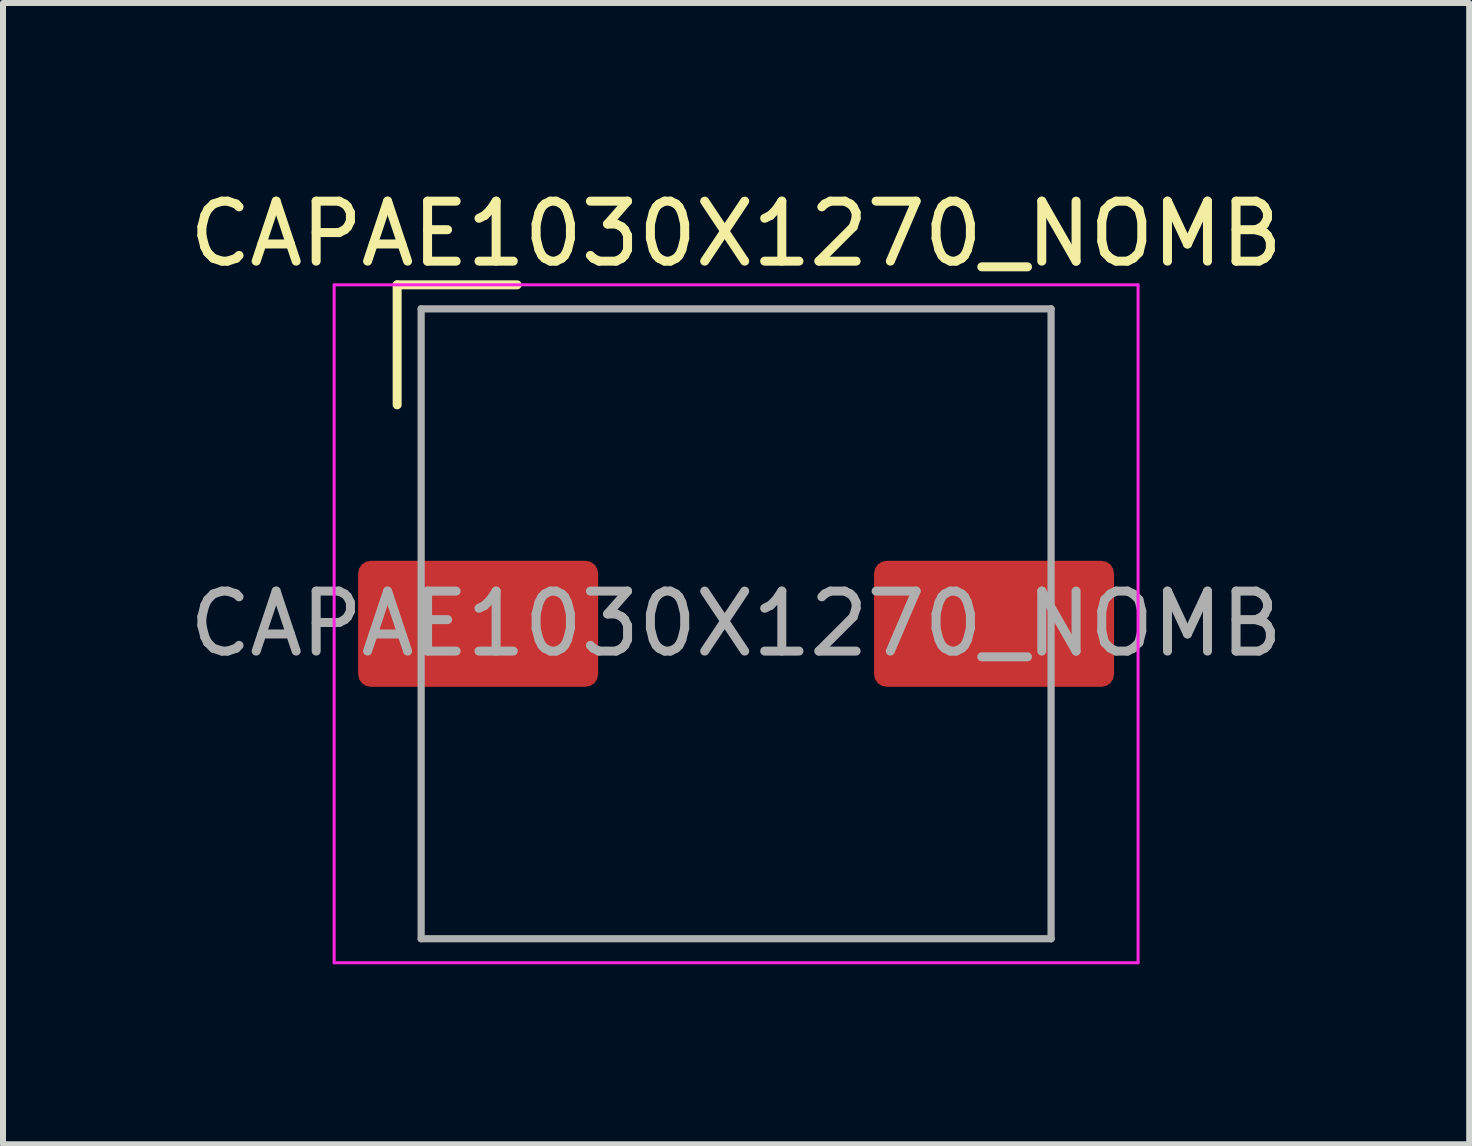
<source format=kicad_pcb>
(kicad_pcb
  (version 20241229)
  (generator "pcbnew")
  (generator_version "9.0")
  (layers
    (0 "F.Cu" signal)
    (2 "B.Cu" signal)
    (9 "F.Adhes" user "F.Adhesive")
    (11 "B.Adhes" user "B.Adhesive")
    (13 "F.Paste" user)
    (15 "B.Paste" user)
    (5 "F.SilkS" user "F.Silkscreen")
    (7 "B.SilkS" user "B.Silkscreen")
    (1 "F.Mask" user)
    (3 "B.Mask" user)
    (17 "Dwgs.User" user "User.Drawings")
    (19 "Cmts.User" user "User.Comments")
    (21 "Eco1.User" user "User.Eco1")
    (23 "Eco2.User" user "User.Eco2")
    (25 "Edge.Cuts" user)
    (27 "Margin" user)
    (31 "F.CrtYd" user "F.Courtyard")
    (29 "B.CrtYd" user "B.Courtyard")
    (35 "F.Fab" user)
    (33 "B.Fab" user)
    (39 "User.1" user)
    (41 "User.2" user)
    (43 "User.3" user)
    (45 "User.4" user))
  (footprint "CAPAE1030X1270_NOMB"
    (layer "F.Cu")
    (at 9.22 7.348)
    (property "Reference" "CAPAE1030X1270_NOMB" (at 0 -6.5 0) (unlocked yes) (layer "F.SilkS") (effects (font (size 1 1) (thickness 0.15))))
    (attr smd)
    (fp_line (start -5.65 -5.65) (end -5.65 -3.65) (stroke (width 0.15) (type solid)) (layer "F.SilkS"))
    (fp_line (start -5.65 -5.65) (end -3.65 -5.65) (stroke (width 0.15) (type solid)) (layer "F.SilkS"))
    (fp_line (start -6.7 -5.65) (end -6.7 5.65) (stroke (width 0.05) (type solid)) (layer "F.CrtYd"))
    (fp_line (start -6.7 5.65) (end 6.7 5.65) (stroke (width 0.05) (type solid)) (layer "F.CrtYd"))
    (fp_line (start 6.7 -5.65) (end -6.7 -5.65) (stroke (width 0.05) (type solid)) (layer "F.CrtYd"))
    (fp_line (start 6.7 5.65) (end 6.7 -5.65) (stroke (width 0.05) (type solid)) (layer "F.CrtYd"))
    (fp_line (start -5.25 -5.25) (end -5.25 5.25) (stroke (width 0.12) (type solid)) (layer "F.Fab"))
    (fp_line (start -5.25 5.25) (end 5.25 5.25) (stroke (width 0.12) (type solid)) (layer "F.Fab"))
    (fp_line (start 5.25 -5.25) (end -5.25 -5.25) (stroke (width 0.12) (type solid)) (layer "F.Fab"))
    (fp_line (start 5.25 5.25) (end 5.25 -5.25) (stroke (width 0.12) (type solid)) (layer "F.Fab"))
    (fp_text user "${REFERENCE}" (at 0 0 0) (unlocked yes) (layer "F.Fab") (effects (font (size 1 1) (thickness 0.15))))
    (pad "1" smd roundrect (at -4.3 0) (size 4 2.1) (layers "F.Cu" "F.Mask" "F.Paste") (roundrect_rratio 0.1))
    (pad "2" smd roundrect (at 4.3 0) (size 4 2.1) (layers "F.Cu" "F.Mask" "F.Paste") (roundrect_rratio 0.1)))
  (gr_rect
    (start -3 -3)
    (end 21.44 16.023)
    (stroke (width 0.1) (type default))
    (fill no)
    (layer "Edge.Cuts")))
</source>
